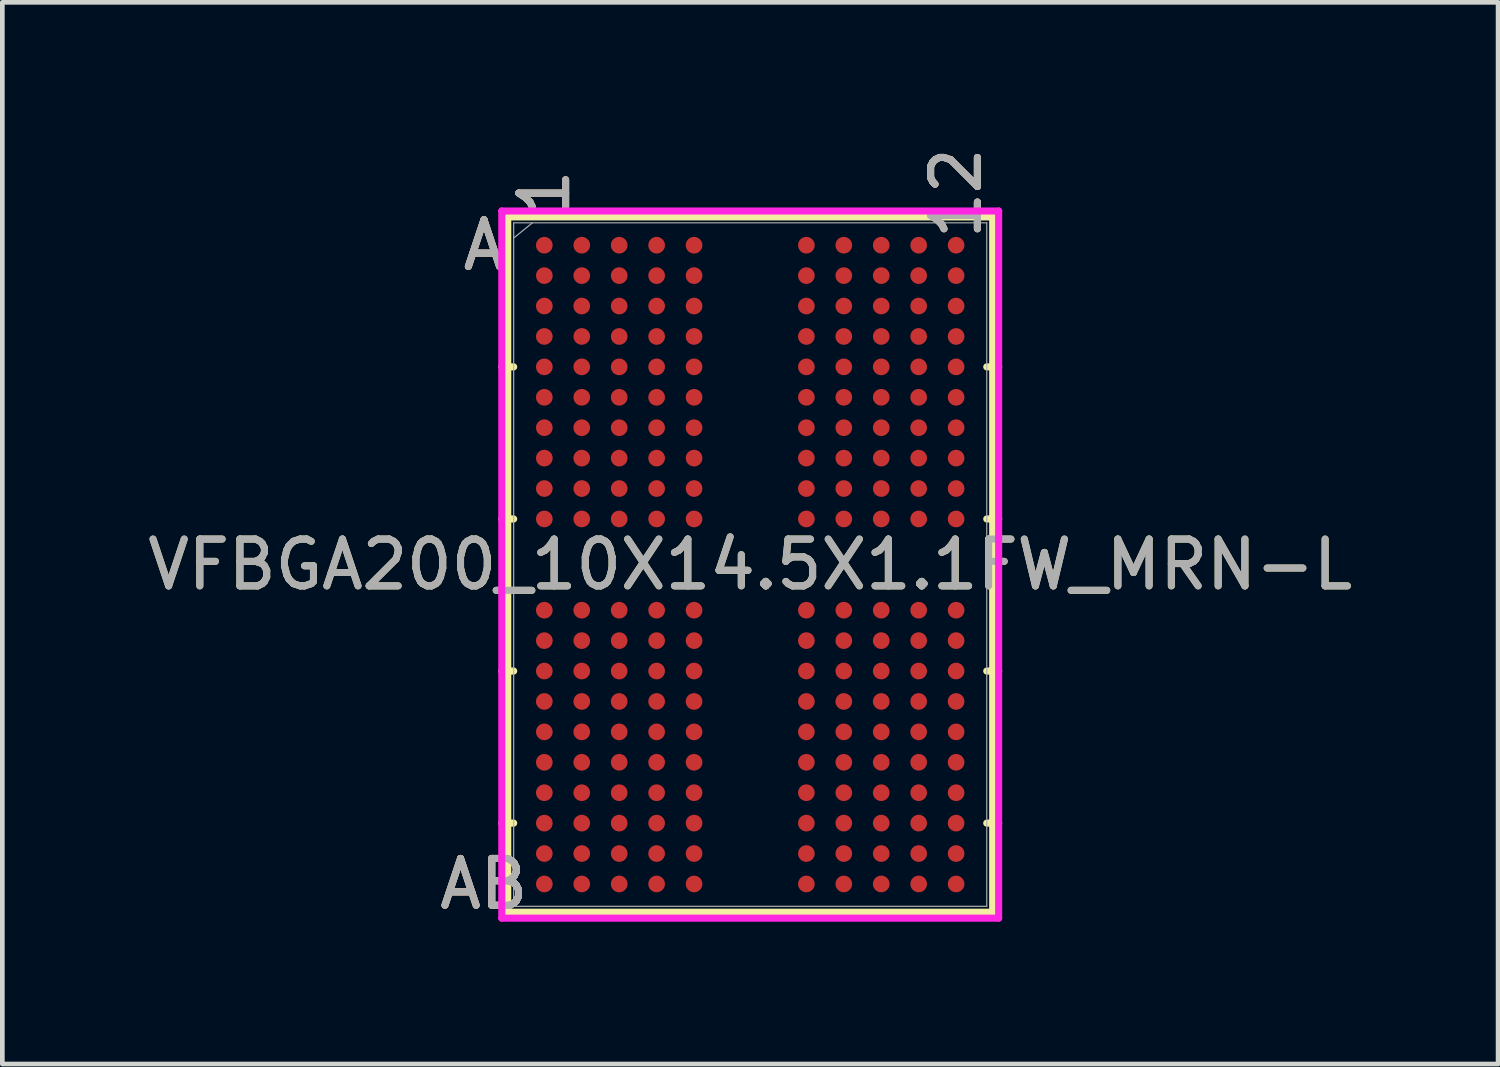
<source format=kicad_pcb>
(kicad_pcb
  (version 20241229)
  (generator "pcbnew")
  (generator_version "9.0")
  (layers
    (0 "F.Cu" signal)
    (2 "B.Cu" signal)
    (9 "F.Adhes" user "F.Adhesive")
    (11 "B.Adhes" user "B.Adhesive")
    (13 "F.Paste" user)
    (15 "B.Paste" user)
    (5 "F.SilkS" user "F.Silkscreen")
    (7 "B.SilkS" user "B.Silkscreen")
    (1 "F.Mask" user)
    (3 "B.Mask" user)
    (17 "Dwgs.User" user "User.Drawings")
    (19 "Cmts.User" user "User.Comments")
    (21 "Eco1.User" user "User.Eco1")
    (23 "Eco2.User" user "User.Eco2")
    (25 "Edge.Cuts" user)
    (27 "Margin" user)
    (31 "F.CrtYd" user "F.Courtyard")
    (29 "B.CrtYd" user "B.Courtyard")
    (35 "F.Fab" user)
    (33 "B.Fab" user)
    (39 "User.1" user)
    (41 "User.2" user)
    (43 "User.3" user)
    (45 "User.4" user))
  (footprint "VFBGA200_10X14.5X1.1FW_MRN-L"
    (layer "F.Cu")
    (at 12.982 9.015)
    (property "Reference" "VFBGA200_10X14.5X1.1FW_MRN-L" (at 0 0 0) (unlocked yes) (layer "F.SilkS") (effects (font (size 1 1) (thickness 0.15))))
    (attr smd)
    (fp_line (start -5.182 -7.429) (end -5.182 7.429) (stroke (width 0.152) (type solid)) (layer "F.SilkS"))
    (fp_line (start -5.182 7.429) (end 5.182 7.429) (stroke (width 0.152) (type solid)) (layer "F.SilkS"))
    (fp_line (start -5.055 -4.225) (end -5.309 -4.225) (stroke (width 0.152) (type solid)) (layer "F.SilkS"))
    (fp_line (start -5.055 -0.975) (end -5.309 -0.975) (stroke (width 0.152) (type solid)) (layer "F.SilkS"))
    (fp_line (start -5.055 2.275) (end -5.309 2.275) (stroke (width 0.152) (type solid)) (layer "F.SilkS"))
    (fp_line (start -5.055 5.525) (end -5.309 5.525) (stroke (width 0.152) (type solid)) (layer "F.SilkS"))
    (fp_line (start 5.055 -4.225) (end 5.309 -4.225) (stroke (width 0.152) (type solid)) (layer "F.SilkS"))
    (fp_line (start 5.055 -0.975) (end 5.309 -0.975) (stroke (width 0.152) (type solid)) (layer "F.SilkS"))
    (fp_line (start 5.055 2.275) (end 5.309 2.275) (stroke (width 0.152) (type solid)) (layer "F.SilkS"))
    (fp_line (start 5.055 5.525) (end 5.309 5.525) (stroke (width 0.152) (type solid)) (layer "F.SilkS"))
    (fp_line (start 5.182 -7.429) (end -5.182 -7.429) (stroke (width 0.152) (type solid)) (layer "F.SilkS"))
    (fp_line (start 5.182 7.429) (end 5.182 -7.429) (stroke (width 0.152) (type solid)) (layer "F.SilkS"))
    (fp_poly (pts (xy -5.245 -7.595) (xy 5.245 -7.595) (xy 5.245 7.595) (xy -5.245 7.595)) (stroke (width 0.1) (type solid)) (fill no) (layer "Eco2.User"))
    (fp_line (start -5.309 -7.556) (end 5.309 -7.556) (stroke (width 0.152) (type solid)) (layer "F.CrtYd"))
    (fp_line (start -5.309 7.556) (end -5.309 -7.556) (stroke (width 0.152) (type solid)) (layer "F.CrtYd"))
    (fp_line (start 5.309 -7.556) (end 5.309 7.556) (stroke (width 0.152) (type solid)) (layer "F.CrtYd"))
    (fp_line (start 5.309 7.556) (end -5.309 7.556) (stroke (width 0.152) (type solid)) (layer "F.CrtYd"))
    (fp_line (start -5.055 -7.303) (end -5.055 7.303) (stroke (width 0.025) (type solid)) (layer "F.Fab"))
    (fp_line (start -5.055 7.303) (end 5.055 7.303) (stroke (width 0.025) (type solid)) (layer "F.Fab"))
    (fp_line (start -4.655 -7.303) (end -5.055 -6.978) (stroke (width 0.025) (type solid)) (layer "F.Fab"))
    (fp_line (start 5.055 -7.303) (end -5.055 -7.303) (stroke (width 0.025) (type solid)) (layer "F.Fab"))
    (fp_line (start 5.055 7.303) (end 5.055 -7.303) (stroke (width 0.025) (type solid)) (layer "F.Fab"))
    (fp_text user "1" (at -4.4 -7.938 90) (unlocked yes) (layer "F.SilkS") (effects (font (size 1 1) (thickness 0.15))))
    (fp_text user "A" (at -5.69 -6.825 0) (unlocked yes) (layer "F.SilkS") (effects (font (size 1 1) (thickness 0.15))))
    (fp_text user "12" (at 4.4 -7.938 90) (unlocked yes) (layer "F.SilkS") (effects (font (size 1 1) (thickness 0.15))))
    (fp_text user "AB" (at -5.69 6.825 0) (unlocked yes) (layer "F.SilkS") (effects (font (size 1 1) (thickness 0.15))))
    (fp_text user "12" (at 4.4 -7.938 90) (unlocked yes) (layer "B.SilkS") (effects (font (size 1 1) (thickness 0.15))))
    (fp_text user "A" (at -5.69 -6.825 0) (unlocked yes) (layer "B.SilkS") (effects (font (size 1 1) (thickness 0.15))))
    (fp_text user "1" (at -4.4 -7.938 90) (unlocked yes) (layer "B.SilkS") (effects (font (size 1 1) (thickness 0.15))))
    (fp_text user "AB" (at -5.69 6.825 0) (unlocked yes) (layer "B.SilkS") (effects (font (size 1 1) (thickness 0.15))))
    (fp_text user "${REFERENCE}" (at 0 0 0) (unlocked yes) (layer "F.Fab") (effects (font (size 1 1) (thickness 0.15))))
    (fp_text user "1" (at -4.4 -7.938 90) (unlocked yes) (layer "F.Fab") (effects (font (size 1 1) (thickness 0.15))))
    (fp_text user "AB" (at -5.69 6.825 0) (unlocked yes) (layer "F.Fab") (effects (font (size 1 1) (thickness 0.15))))
    (fp_text user "12" (at 4.4 -7.938 90) (unlocked yes) (layer "F.Fab") (effects (font (size 1 1) (thickness 0.15))))
    (fp_text user "A" (at -5.69 -6.825 0) (unlocked yes) (layer "F.Fab") (effects (font (size 1 1) (thickness 0.15))))
    (pad "A1" smd circle (at -4.4 -6.825) (size 0.356 0.356) (layers "F.Cu" "F.Mask" "F.Paste"))
    (pad "A2" smd circle (at -3.6 -6.825) (size 0.356 0.356) (layers "F.Cu" "F.Mask" "F.Paste"))
    (pad "A3" smd circle (at -2.8 -6.825) (size 0.356 0.356) (layers "F.Cu" "F.Mask" "F.Paste"))
    (pad "A4" smd circle (at -2 -6.825) (size 0.356 0.356) (layers "F.Cu" "F.Mask" "F.Paste"))
    (pad "A5" smd circle (at -1.2 -6.825) (size 0.356 0.356) (layers "F.Cu" "F.Mask" "F.Paste"))
    (pad "A8" smd circle (at 1.2 -6.825) (size 0.356 0.356) (layers "F.Cu" "F.Mask" "F.Paste"))
    (pad "A9" smd circle (at 2 -6.825) (size 0.356 0.356) (layers "F.Cu" "F.Mask" "F.Paste"))
    (pad "A10" smd circle (at 2.8 -6.825) (size 0.356 0.356) (layers "F.Cu" "F.Mask" "F.Paste"))
    (pad "A11" smd circle (at 3.6 -6.825) (size 0.356 0.356) (layers "F.Cu" "F.Mask" "F.Paste"))
    (pad "A12" smd circle (at 4.4 -6.825) (size 0.356 0.356) (layers "F.Cu" "F.Mask" "F.Paste"))
    (pad "AA1" smd circle (at -4.4 6.175) (size 0.356 0.356) (layers "F.Cu" "F.Mask" "F.Paste"))
    (pad "AA2" smd circle (at -3.6 6.175) (size 0.356 0.356) (layers "F.Cu" "F.Mask" "F.Paste"))
    (pad "AA3" smd circle (at -2.8 6.175) (size 0.356 0.356) (layers "F.Cu" "F.Mask" "F.Paste"))
    (pad "AA4" smd circle (at -2 6.175) (size 0.356 0.356) (layers "F.Cu" "F.Mask" "F.Paste"))
    (pad "AA5" smd circle (at -1.2 6.175) (size 0.356 0.356) (layers "F.Cu" "F.Mask" "F.Paste"))
    (pad "AA8" smd circle (at 1.2 6.175) (size 0.356 0.356) (layers "F.Cu" "F.Mask" "F.Paste"))
    (pad "AA9" smd circle (at 2 6.175) (size 0.356 0.356) (layers "F.Cu" "F.Mask" "F.Paste"))
    (pad "AA10" smd circle (at 2.8 6.175) (size 0.356 0.356) (layers "F.Cu" "F.Mask" "F.Paste"))
    (pad "AA11" smd circle (at 3.6 6.175) (size 0.356 0.356) (layers "F.Cu" "F.Mask" "F.Paste"))
    (pad "AA12" smd circle (at 4.4 6.175) (size 0.356 0.356) (layers "F.Cu" "F.Mask" "F.Paste"))
    (pad "AB1" smd circle (at -4.4 6.825) (size 0.356 0.356) (layers "F.Cu" "F.Mask" "F.Paste"))
    (pad "AB2" smd circle (at -3.6 6.825) (size 0.356 0.356) (layers "F.Cu" "F.Mask" "F.Paste"))
    (pad "AB3" smd circle (at -2.8 6.825) (size 0.356 0.356) (layers "F.Cu" "F.Mask" "F.Paste"))
    (pad "AB4" smd circle (at -2 6.825) (size 0.356 0.356) (layers "F.Cu" "F.Mask" "F.Paste"))
    (pad "AB5" smd circle (at -1.2 6.825) (size 0.356 0.356) (layers "F.Cu" "F.Mask" "F.Paste"))
    (pad "AB8" smd circle (at 1.2 6.825) (size 0.356 0.356) (layers "F.Cu" "F.Mask" "F.Paste"))
    (pad "AB9" smd circle (at 2 6.825) (size 0.356 0.356) (layers "F.Cu" "F.Mask" "F.Paste"))
    (pad "AB10" smd circle (at 2.8 6.825) (size 0.356 0.356) (layers "F.Cu" "F.Mask" "F.Paste"))
    (pad "AB11" smd circle (at 3.6 6.825) (size 0.356 0.356) (layers "F.Cu" "F.Mask" "F.Paste"))
    (pad "AB12" smd circle (at 4.4 6.825) (size 0.356 0.356) (layers "F.Cu" "F.Mask" "F.Paste"))
    (pad "B1" smd circle (at -4.4 -6.175) (size 0.356 0.356) (layers "F.Cu" "F.Mask" "F.Paste"))
    (pad "B2" smd circle (at -3.6 -6.175) (size 0.356 0.356) (layers "F.Cu" "F.Mask" "F.Paste"))
    (pad "B3" smd circle (at -2.8 -6.175) (size 0.356 0.356) (layers "F.Cu" "F.Mask" "F.Paste"))
    (pad "B4" smd circle (at -2 -6.175) (size 0.356 0.356) (layers "F.Cu" "F.Mask" "F.Paste"))
    (pad "B5" smd circle (at -1.2 -6.175) (size 0.356 0.356) (layers "F.Cu" "F.Mask" "F.Paste"))
    (pad "B8" smd circle (at 1.2 -6.175) (size 0.356 0.356) (layers "F.Cu" "F.Mask" "F.Paste"))
    (pad "B9" smd circle (at 2 -6.175) (size 0.356 0.356) (layers "F.Cu" "F.Mask" "F.Paste"))
    (pad "B10" smd circle (at 2.8 -6.175) (size 0.356 0.356) (layers "F.Cu" "F.Mask" "F.Paste"))
    (pad "B11" smd circle (at 3.6 -6.175) (size 0.356 0.356) (layers "F.Cu" "F.Mask" "F.Paste"))
    (pad "B12" smd circle (at 4.4 -6.175) (size 0.356 0.356) (layers "F.Cu" "F.Mask" "F.Paste"))
    (pad "C1" smd circle (at -4.4 -5.525) (size 0.356 0.356) (layers "F.Cu" "F.Mask" "F.Paste"))
    (pad "C2" smd circle (at -3.6 -5.525) (size 0.356 0.356) (layers "F.Cu" "F.Mask" "F.Paste"))
    (pad "C3" smd circle (at -2.8 -5.525) (size 0.356 0.356) (layers "F.Cu" "F.Mask" "F.Paste"))
    (pad "C4" smd circle (at -2 -5.525) (size 0.356 0.356) (layers "F.Cu" "F.Mask" "F.Paste"))
    (pad "C5" smd circle (at -1.2 -5.525) (size 0.356 0.356) (layers "F.Cu" "F.Mask" "F.Paste"))
    (pad "C8" smd circle (at 1.2 -5.525) (size 0.356 0.356) (layers "F.Cu" "F.Mask" "F.Paste"))
    (pad "C9" smd circle (at 2 -5.525) (size 0.356 0.356) (layers "F.Cu" "F.Mask" "F.Paste"))
    (pad "C10" smd circle (at 2.8 -5.525) (size 0.356 0.356) (layers "F.Cu" "F.Mask" "F.Paste"))
    (pad "C11" smd circle (at 3.6 -5.525) (size 0.356 0.356) (layers "F.Cu" "F.Mask" "F.Paste"))
    (pad "C12" smd circle (at 4.4 -5.525) (size 0.356 0.356) (layers "F.Cu" "F.Mask" "F.Paste"))
    (pad "D1" smd circle (at -4.4 -4.875) (size 0.356 0.356) (layers "F.Cu" "F.Mask" "F.Paste"))
    (pad "D2" smd circle (at -3.6 -4.875) (size 0.356 0.356) (layers "F.Cu" "F.Mask" "F.Paste"))
    (pad "D3" smd circle (at -2.8 -4.875) (size 0.356 0.356) (layers "F.Cu" "F.Mask" "F.Paste"))
    (pad "D4" smd circle (at -2 -4.875) (size 0.356 0.356) (layers "F.Cu" "F.Mask" "F.Paste"))
    (pad "D5" smd circle (at -1.2 -4.875) (size 0.356 0.356) (layers "F.Cu" "F.Mask" "F.Paste"))
    (pad "D8" smd circle (at 1.2 -4.875) (size 0.356 0.356) (layers "F.Cu" "F.Mask" "F.Paste"))
    (pad "D9" smd circle (at 2 -4.875) (size 0.356 0.356) (layers "F.Cu" "F.Mask" "F.Paste"))
    (pad "D10" smd circle (at 2.8 -4.875) (size 0.356 0.356) (layers "F.Cu" "F.Mask" "F.Paste"))
    (pad "D11" smd circle (at 3.6 -4.875) (size 0.356 0.356) (layers "F.Cu" "F.Mask" "F.Paste"))
    (pad "D12" smd circle (at 4.4 -4.875) (size 0.356 0.356) (layers "F.Cu" "F.Mask" "F.Paste"))
    (pad "E1" smd circle (at -4.4 -4.225) (size 0.356 0.356) (layers "F.Cu" "F.Mask" "F.Paste"))
    (pad "E2" smd circle (at -3.6 -4.225) (size 0.356 0.356) (layers "F.Cu" "F.Mask" "F.Paste"))
    (pad "E3" smd circle (at -2.8 -4.225) (size 0.356 0.356) (layers "F.Cu" "F.Mask" "F.Paste"))
    (pad "E4" smd circle (at -2 -4.225) (size 0.356 0.356) (layers "F.Cu" "F.Mask" "F.Paste"))
    (pad "E5" smd circle (at -1.2 -4.225) (size 0.356 0.356) (layers "F.Cu" "F.Mask" "F.Paste"))
    (pad "E8" smd circle (at 1.2 -4.225) (size 0.356 0.356) (layers "F.Cu" "F.Mask" "F.Paste"))
    (pad "E9" smd circle (at 2 -4.225) (size 0.356 0.356) (layers "F.Cu" "F.Mask" "F.Paste"))
    (pad "E10" smd circle (at 2.8 -4.225) (size 0.356 0.356) (layers "F.Cu" "F.Mask" "F.Paste"))
    (pad "E11" smd circle (at 3.6 -4.225) (size 0.356 0.356) (layers "F.Cu" "F.Mask" "F.Paste"))
    (pad "E12" smd circle (at 4.4 -4.225) (size 0.356 0.356) (layers "F.Cu" "F.Mask" "F.Paste"))
    (pad "F1" smd circle (at -4.4 -3.575) (size 0.356 0.356) (layers "F.Cu" "F.Mask" "F.Paste"))
    (pad "F2" smd circle (at -3.6 -3.575) (size 0.356 0.356) (layers "F.Cu" "F.Mask" "F.Paste"))
    (pad "F3" smd circle (at -2.8 -3.575) (size 0.356 0.356) (layers "F.Cu" "F.Mask" "F.Paste"))
    (pad "F4" smd circle (at -2 -3.575) (size 0.356 0.356) (layers "F.Cu" "F.Mask" "F.Paste"))
    (pad "F5" smd circle (at -1.2 -3.575) (size 0.356 0.356) (layers "F.Cu" "F.Mask" "F.Paste"))
    (pad "F8" smd circle (at 1.2 -3.575) (size 0.356 0.356) (layers "F.Cu" "F.Mask" "F.Paste"))
    (pad "F9" smd circle (at 2 -3.575) (size 0.356 0.356) (layers "F.Cu" "F.Mask" "F.Paste"))
    (pad "F10" smd circle (at 2.8 -3.575) (size 0.356 0.356) (layers "F.Cu" "F.Mask" "F.Paste"))
    (pad "F11" smd circle (at 3.6 -3.575) (size 0.356 0.356) (layers "F.Cu" "F.Mask" "F.Paste"))
    (pad "F12" smd circle (at 4.4 -3.575) (size 0.356 0.356) (layers "F.Cu" "F.Mask" "F.Paste"))
    (pad "G1" smd circle (at -4.4 -2.925) (size 0.356 0.356) (layers "F.Cu" "F.Mask" "F.Paste"))
    (pad "G2" smd circle (at -3.6 -2.925) (size 0.356 0.356) (layers "F.Cu" "F.Mask" "F.Paste"))
    (pad "G3" smd circle (at -2.8 -2.925) (size 0.356 0.356) (layers "F.Cu" "F.Mask" "F.Paste"))
    (pad "G4" smd circle (at -2 -2.925) (size 0.356 0.356) (layers "F.Cu" "F.Mask" "F.Paste"))
    (pad "G5" smd circle (at -1.2 -2.925) (size 0.356 0.356) (layers "F.Cu" "F.Mask" "F.Paste"))
    (pad "G8" smd circle (at 1.2 -2.925) (size 0.356 0.356) (layers "F.Cu" "F.Mask" "F.Paste"))
    (pad "G9" smd circle (at 2 -2.925) (size 0.356 0.356) (layers "F.Cu" "F.Mask" "F.Paste"))
    (pad "G10" smd circle (at 2.8 -2.925) (size 0.356 0.356) (layers "F.Cu" "F.Mask" "F.Paste"))
    (pad "G11" smd circle (at 3.6 -2.925) (size 0.356 0.356) (layers "F.Cu" "F.Mask" "F.Paste"))
    (pad "G12" smd circle (at 4.4 -2.925) (size 0.356 0.356) (layers "F.Cu" "F.Mask" "F.Paste"))
    (pad "H1" smd circle (at -4.4 -2.275) (size 0.356 0.356) (layers "F.Cu" "F.Mask" "F.Paste"))
    (pad "H2" smd circle (at -3.6 -2.275) (size 0.356 0.356) (layers "F.Cu" "F.Mask" "F.Paste"))
    (pad "H3" smd circle (at -2.8 -2.275) (size 0.356 0.356) (layers "F.Cu" "F.Mask" "F.Paste"))
    (pad "H4" smd circle (at -2 -2.275) (size 0.356 0.356) (layers "F.Cu" "F.Mask" "F.Paste"))
    (pad "H5" smd circle (at -1.2 -2.275) (size 0.356 0.356) (layers "F.Cu" "F.Mask" "F.Paste"))
    (pad "H8" smd circle (at 1.2 -2.275) (size 0.356 0.356) (layers "F.Cu" "F.Mask" "F.Paste"))
    (pad "H9" smd circle (at 2 -2.275) (size 0.356 0.356) (layers "F.Cu" "F.Mask" "F.Paste"))
    (pad "H10" smd circle (at 2.8 -2.275) (size 0.356 0.356) (layers "F.Cu" "F.Mask" "F.Paste"))
    (pad "H11" smd circle (at 3.6 -2.275) (size 0.356 0.356) (layers "F.Cu" "F.Mask" "F.Paste"))
    (pad "H12" smd circle (at 4.4 -2.275) (size 0.356 0.356) (layers "F.Cu" "F.Mask" "F.Paste"))
    (pad "J1" smd circle (at -4.4 -1.625) (size 0.356 0.356) (layers "F.Cu" "F.Mask" "F.Paste"))
    (pad "J2" smd circle (at -3.6 -1.625) (size 0.356 0.356) (layers "F.Cu" "F.Mask" "F.Paste"))
    (pad "J3" smd circle (at -2.8 -1.625) (size 0.356 0.356) (layers "F.Cu" "F.Mask" "F.Paste"))
    (pad "J4" smd circle (at -2 -1.625) (size 0.356 0.356) (layers "F.Cu" "F.Mask" "F.Paste"))
    (pad "J5" smd circle (at -1.2 -1.625) (size 0.356 0.356) (layers "F.Cu" "F.Mask" "F.Paste"))
    (pad "J8" smd circle (at 1.2 -1.625) (size 0.356 0.356) (layers "F.Cu" "F.Mask" "F.Paste"))
    (pad "J9" smd circle (at 2 -1.625) (size 0.356 0.356) (layers "F.Cu" "F.Mask" "F.Paste"))
    (pad "J10" smd circle (at 2.8 -1.625) (size 0.356 0.356) (layers "F.Cu" "F.Mask" "F.Paste"))
    (pad "J11" smd circle (at 3.6 -1.625) (size 0.356 0.356) (layers "F.Cu" "F.Mask" "F.Paste"))
    (pad "J12" smd circle (at 4.4 -1.625) (size 0.356 0.356) (layers "F.Cu" "F.Mask" "F.Paste"))
    (pad "K1" smd circle (at -4.4 -0.975) (size 0.356 0.356) (layers "F.Cu" "F.Mask" "F.Paste"))
    (pad "K2" smd circle (at -3.6 -0.975) (size 0.356 0.356) (layers "F.Cu" "F.Mask" "F.Paste"))
    (pad "K3" smd circle (at -2.8 -0.975) (size 0.356 0.356) (layers "F.Cu" "F.Mask" "F.Paste"))
    (pad "K4" smd circle (at -2 -0.975) (size 0.356 0.356) (layers "F.Cu" "F.Mask" "F.Paste"))
    (pad "K5" smd circle (at -1.2 -0.975) (size 0.356 0.356) (layers "F.Cu" "F.Mask" "F.Paste"))
    (pad "K8" smd circle (at 1.2 -0.975) (size 0.356 0.356) (layers "F.Cu" "F.Mask" "F.Paste"))
    (pad "K9" smd circle (at 2 -0.975) (size 0.356 0.356) (layers "F.Cu" "F.Mask" "F.Paste"))
    (pad "K10" smd circle (at 2.8 -0.975) (size 0.356 0.356) (layers "F.Cu" "F.Mask" "F.Paste"))
    (pad "K11" smd circle (at 3.6 -0.975) (size 0.356 0.356) (layers "F.Cu" "F.Mask" "F.Paste"))
    (pad "K12" smd circle (at 4.4 -0.975) (size 0.356 0.356) (layers "F.Cu" "F.Mask" "F.Paste"))
    (pad "N1" smd circle (at -4.4 0.975) (size 0.356 0.356) (layers "F.Cu" "F.Mask" "F.Paste"))
    (pad "N2" smd circle (at -3.6 0.975) (size 0.356 0.356) (layers "F.Cu" "F.Mask" "F.Paste"))
    (pad "N3" smd circle (at -2.8 0.975) (size 0.356 0.356) (layers "F.Cu" "F.Mask" "F.Paste"))
    (pad "N4" smd circle (at -2 0.975) (size 0.356 0.356) (layers "F.Cu" "F.Mask" "F.Paste"))
    (pad "N5" smd circle (at -1.2 0.975) (size 0.356 0.356) (layers "F.Cu" "F.Mask" "F.Paste"))
    (pad "N8" smd circle (at 1.2 0.975) (size 0.356 0.356) (layers "F.Cu" "F.Mask" "F.Paste"))
    (pad "N9" smd circle (at 2 0.975) (size 0.356 0.356) (layers "F.Cu" "F.Mask" "F.Paste"))
    (pad "N10" smd circle (at 2.8 0.975) (size 0.356 0.356) (layers "F.Cu" "F.Mask" "F.Paste"))
    (pad "N11" smd circle (at 3.6 0.975) (size 0.356 0.356) (layers "F.Cu" "F.Mask" "F.Paste"))
    (pad "N12" smd circle (at 4.4 0.975) (size 0.356 0.356) (layers "F.Cu" "F.Mask" "F.Paste"))
    (pad "P1" smd circle (at -4.4 1.625) (size 0.356 0.356) (layers "F.Cu" "F.Mask" "F.Paste"))
    (pad "P2" smd circle (at -3.6 1.625) (size 0.356 0.356) (layers "F.Cu" "F.Mask" "F.Paste"))
    (pad "P3" smd circle (at -2.8 1.625) (size 0.356 0.356) (layers "F.Cu" "F.Mask" "F.Paste"))
    (pad "P4" smd circle (at -2 1.625) (size 0.356 0.356) (layers "F.Cu" "F.Mask" "F.Paste"))
    (pad "P5" smd circle (at -1.2 1.625) (size 0.356 0.356) (layers "F.Cu" "F.Mask" "F.Paste"))
    (pad "P8" smd circle (at 1.2 1.625) (size 0.356 0.356) (layers "F.Cu" "F.Mask" "F.Paste"))
    (pad "P9" smd circle (at 2 1.625) (size 0.356 0.356) (layers "F.Cu" "F.Mask" "F.Paste"))
    (pad "P10" smd circle (at 2.8 1.625) (size 0.356 0.356) (layers "F.Cu" "F.Mask" "F.Paste"))
    (pad "P11" smd circle (at 3.6 1.625) (size 0.356 0.356) (layers "F.Cu" "F.Mask" "F.Paste"))
    (pad "P12" smd circle (at 4.4 1.625) (size 0.356 0.356) (layers "F.Cu" "F.Mask" "F.Paste"))
    (pad "R1" smd circle (at -4.4 2.275) (size 0.356 0.356) (layers "F.Cu" "F.Mask" "F.Paste"))
    (pad "R2" smd circle (at -3.6 2.275) (size 0.356 0.356) (layers "F.Cu" "F.Mask" "F.Paste"))
    (pad "R3" smd circle (at -2.8 2.275) (size 0.356 0.356) (layers "F.Cu" "F.Mask" "F.Paste"))
    (pad "R4" smd circle (at -2 2.275) (size 0.356 0.356) (layers "F.Cu" "F.Mask" "F.Paste"))
    (pad "R5" smd circle (at -1.2 2.275) (size 0.356 0.356) (layers "F.Cu" "F.Mask" "F.Paste"))
    (pad "R8" smd circle (at 1.2 2.275) (size 0.356 0.356) (layers "F.Cu" "F.Mask" "F.Paste"))
    (pad "R9" smd circle (at 2 2.275) (size 0.356 0.356) (layers "F.Cu" "F.Mask" "F.Paste"))
    (pad "R10" smd circle (at 2.8 2.275) (size 0.356 0.356) (layers "F.Cu" "F.Mask" "F.Paste"))
    (pad "R11" smd circle (at 3.6 2.275) (size 0.356 0.356) (layers "F.Cu" "F.Mask" "F.Paste"))
    (pad "R12" smd circle (at 4.4 2.275) (size 0.356 0.356) (layers "F.Cu" "F.Mask" "F.Paste"))
    (pad "T1" smd circle (at -4.4 2.925) (size 0.356 0.356) (layers "F.Cu" "F.Mask" "F.Paste"))
    (pad "T2" smd circle (at -3.6 2.925) (size 0.356 0.356) (layers "F.Cu" "F.Mask" "F.Paste"))
    (pad "T3" smd circle (at -2.8 2.925) (size 0.356 0.356) (layers "F.Cu" "F.Mask" "F.Paste"))
    (pad "T4" smd circle (at -2 2.925) (size 0.356 0.356) (layers "F.Cu" "F.Mask" "F.Paste"))
    (pad "T5" smd circle (at -1.2 2.925) (size 0.356 0.356) (layers "F.Cu" "F.Mask" "F.Paste"))
    (pad "T8" smd circle (at 1.2 2.925) (size 0.356 0.356) (layers "F.Cu" "F.Mask" "F.Paste"))
    (pad "T9" smd circle (at 2 2.925) (size 0.356 0.356) (layers "F.Cu" "F.Mask" "F.Paste"))
    (pad "T10" smd circle (at 2.8 2.925) (size 0.356 0.356) (layers "F.Cu" "F.Mask" "F.Paste"))
    (pad "T11" smd circle (at 3.6 2.925) (size 0.356 0.356) (layers "F.Cu" "F.Mask" "F.Paste"))
    (pad "T12" smd circle (at 4.4 2.925) (size 0.356 0.356) (layers "F.Cu" "F.Mask" "F.Paste"))
    (pad "U1" smd circle (at -4.4 3.575) (size 0.356 0.356) (layers "F.Cu" "F.Mask" "F.Paste"))
    (pad "U2" smd circle (at -3.6 3.575) (size 0.356 0.356) (layers "F.Cu" "F.Mask" "F.Paste"))
    (pad "U3" smd circle (at -2.8 3.575) (size 0.356 0.356) (layers "F.Cu" "F.Mask" "F.Paste"))
    (pad "U4" smd circle (at -2 3.575) (size 0.356 0.356) (layers "F.Cu" "F.Mask" "F.Paste"))
    (pad "U5" smd circle (at -1.2 3.575) (size 0.356 0.356) (layers "F.Cu" "F.Mask" "F.Paste"))
    (pad "U8" smd circle (at 1.2 3.575) (size 0.356 0.356) (layers "F.Cu" "F.Mask" "F.Paste"))
    (pad "U9" smd circle (at 2 3.575) (size 0.356 0.356) (layers "F.Cu" "F.Mask" "F.Paste"))
    (pad "U10" smd circle (at 2.8 3.575) (size 0.356 0.356) (layers "F.Cu" "F.Mask" "F.Paste"))
    (pad "U11" smd circle (at 3.6 3.575) (size 0.356 0.356) (layers "F.Cu" "F.Mask" "F.Paste"))
    (pad "U12" smd circle (at 4.4 3.575) (size 0.356 0.356) (layers "F.Cu" "F.Mask" "F.Paste"))
    (pad "V1" smd circle (at -4.4 4.225) (size 0.356 0.356) (layers "F.Cu" "F.Mask" "F.Paste"))
    (pad "V2" smd circle (at -3.6 4.225) (size 0.356 0.356) (layers "F.Cu" "F.Mask" "F.Paste"))
    (pad "V3" smd circle (at -2.8 4.225) (size 0.356 0.356) (layers "F.Cu" "F.Mask" "F.Paste"))
    (pad "V4" smd circle (at -2 4.225) (size 0.356 0.356) (layers "F.Cu" "F.Mask" "F.Paste"))
    (pad "V5" smd circle (at -1.2 4.225) (size 0.356 0.356) (layers "F.Cu" "F.Mask" "F.Paste"))
    (pad "V8" smd circle (at 1.2 4.225) (size 0.356 0.356) (layers "F.Cu" "F.Mask" "F.Paste"))
    (pad "V9" smd circle (at 2 4.225) (size 0.356 0.356) (layers "F.Cu" "F.Mask" "F.Paste"))
    (pad "V10" smd circle (at 2.8 4.225) (size 0.356 0.356) (layers "F.Cu" "F.Mask" "F.Paste"))
    (pad "V11" smd circle (at 3.6 4.225) (size 0.356 0.356) (layers "F.Cu" "F.Mask" "F.Paste"))
    (pad "V12" smd circle (at 4.4 4.225) (size 0.356 0.356) (layers "F.Cu" "F.Mask" "F.Paste"))
    (pad "W1" smd circle (at -4.4 4.875) (size 0.356 0.356) (layers "F.Cu" "F.Mask" "F.Paste"))
    (pad "W2" smd circle (at -3.6 4.875) (size 0.356 0.356) (layers "F.Cu" "F.Mask" "F.Paste"))
    (pad "W3" smd circle (at -2.8 4.875) (size 0.356 0.356) (layers "F.Cu" "F.Mask" "F.Paste"))
    (pad "W4" smd circle (at -2 4.875) (size 0.356 0.356) (layers "F.Cu" "F.Mask" "F.Paste"))
    (pad "W5" smd circle (at -1.2 4.875) (size 0.356 0.356) (layers "F.Cu" "F.Mask" "F.Paste"))
    (pad "W8" smd circle (at 1.2 4.875) (size 0.356 0.356) (layers "F.Cu" "F.Mask" "F.Paste"))
    (pad "W9" smd circle (at 2 4.875) (size 0.356 0.356) (layers "F.Cu" "F.Mask" "F.Paste"))
    (pad "W10" smd circle (at 2.8 4.875) (size 0.356 0.356) (layers "F.Cu" "F.Mask" "F.Paste"))
    (pad "W11" smd circle (at 3.6 4.875) (size 0.356 0.356) (layers "F.Cu" "F.Mask" "F.Paste"))
    (pad "W12" smd circle (at 4.4 4.875) (size 0.356 0.356) (layers "F.Cu" "F.Mask" "F.Paste"))
    (pad "Y1" smd circle (at -4.4 5.525) (size 0.356 0.356) (layers "F.Cu" "F.Mask" "F.Paste"))
    (pad "Y2" smd circle (at -3.6 5.525) (size 0.356 0.356) (layers "F.Cu" "F.Mask" "F.Paste"))
    (pad "Y3" smd circle (at -2.8 5.525) (size 0.356 0.356) (layers "F.Cu" "F.Mask" "F.Paste"))
    (pad "Y4" smd circle (at -2 5.525) (size 0.356 0.356) (layers "F.Cu" "F.Mask" "F.Paste"))
    (pad "Y5" smd circle (at -1.2 5.525) (size 0.356 0.356) (layers "F.Cu" "F.Mask" "F.Paste"))
    (pad "Y8" smd circle (at 1.2 5.525) (size 0.356 0.356) (layers "F.Cu" "F.Mask" "F.Paste"))
    (pad "Y9" smd circle (at 2 5.525) (size 0.356 0.356) (layers "F.Cu" "F.Mask" "F.Paste"))
    (pad "Y10" smd circle (at 2.8 5.525) (size 0.356 0.356) (layers "F.Cu" "F.Mask" "F.Paste"))
    (pad "Y11" smd circle (at 3.6 5.525) (size 0.356 0.356) (layers "F.Cu" "F.Mask" "F.Paste"))
    (pad "Y12" smd circle (at 4.4 5.525) (size 0.356 0.356) (layers "F.Cu" "F.Mask" "F.Paste")))
  (gr_rect
    (start -3 -3)
    (end 28.964 19.688)
    (stroke (width 0.1) (type default))
    (fill no)
    (layer "Edge.Cuts")))
</source>
